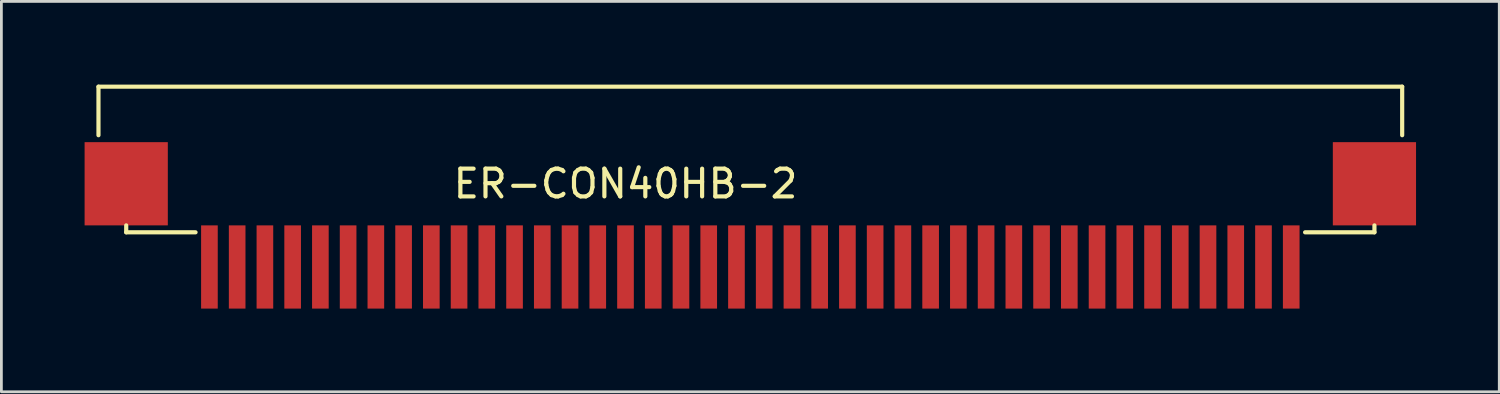
<source format=kicad_pcb>
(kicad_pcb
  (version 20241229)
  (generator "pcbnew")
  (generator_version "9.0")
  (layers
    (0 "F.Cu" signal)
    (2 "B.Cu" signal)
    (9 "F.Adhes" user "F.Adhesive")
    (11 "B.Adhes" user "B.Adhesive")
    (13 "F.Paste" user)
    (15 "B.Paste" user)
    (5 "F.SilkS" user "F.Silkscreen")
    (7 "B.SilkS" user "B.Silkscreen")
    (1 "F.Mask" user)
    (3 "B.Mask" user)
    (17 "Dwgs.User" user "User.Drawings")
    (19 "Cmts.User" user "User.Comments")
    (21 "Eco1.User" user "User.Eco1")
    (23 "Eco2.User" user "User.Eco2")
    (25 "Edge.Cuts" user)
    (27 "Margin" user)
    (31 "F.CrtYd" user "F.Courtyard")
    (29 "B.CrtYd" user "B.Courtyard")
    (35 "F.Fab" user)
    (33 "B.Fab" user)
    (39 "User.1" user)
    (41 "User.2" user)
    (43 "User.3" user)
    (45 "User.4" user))
  (footprint "ER-CON40HB-2"
    (layer "F.Cu")
    (at 4.5 5.575)
    (property "Reference" "ER-CON40HB-2" (at 15 -2 0) (layer "F.SilkS") (effects (font (size 1 1) (thickness 0.15))))
    (attr through_hole)
    (fp_line (start -4 -5.5) (end 43 -5.5) (stroke (width 0.15) (type solid)) (layer "F.SilkS"))
    (fp_line (start -4 -3.75) (end -4 -5.5) (stroke (width 0.15) (type solid)) (layer "F.SilkS"))
    (fp_line (start -3 -0.25) (end -3 -0.5) (stroke (width 0.15) (type solid)) (layer "F.SilkS"))
    (fp_line (start -0.5 -0.25) (end -3 -0.25) (stroke (width 0.15) (type solid)) (layer "F.SilkS"))
    (fp_line (start 42 -0.25) (end 39.5 -0.25) (stroke (width 0.15) (type solid)) (layer "F.SilkS"))
    (fp_line (start 42 -0.25) (end 42 -0.5) (stroke (width 0.15) (type solid)) (layer "F.SilkS"))
    (fp_line (start 43 -5.5) (end 43 -3.75) (stroke (width 0.15) (type solid)) (layer "F.SilkS"))
    (pad "1" smd rect (at 0 1) (size 0.6 3) (layers "F.Cu" "F.Mask" "F.Paste"))
    (pad "2" smd rect (at 1 1) (size 0.6 3) (layers "F.Cu" "F.Mask" "F.Paste"))
    (pad "3" smd rect (at 2 1) (size 0.6 3) (layers "F.Cu" "F.Mask" "F.Paste"))
    (pad "4" smd rect (at 3 1) (size 0.6 3) (layers "F.Cu" "F.Mask" "F.Paste"))
    (pad "5" smd rect (at 4 1) (size 0.6 3) (layers "F.Cu" "F.Mask" "F.Paste"))
    (pad "6" smd rect (at 5 1) (size 0.6 3) (layers "F.Cu" "F.Mask" "F.Paste"))
    (pad "7" smd rect (at 6 1) (size 0.6 3) (layers "F.Cu" "F.Mask" "F.Paste"))
    (pad "8" smd rect (at 7 1) (size 0.6 3) (layers "F.Cu" "F.Mask" "F.Paste"))
    (pad "9" smd rect (at 8 1) (size 0.6 3) (layers "F.Cu" "F.Mask" "F.Paste"))
    (pad "10" smd rect (at 9 1) (size 0.6 3) (layers "F.Cu" "F.Mask" "F.Paste"))
    (pad "11" smd rect (at 10 1) (size 0.6 3) (layers "F.Cu" "F.Mask" "F.Paste"))
    (pad "12" smd rect (at 11 1) (size 0.6 3) (layers "F.Cu" "F.Mask" "F.Paste"))
    (pad "13" smd rect (at 12 1) (size 0.6 3) (layers "F.Cu" "F.Mask" "F.Paste"))
    (pad "14" smd rect (at 13 1) (size 0.6 3) (layers "F.Cu" "F.Mask" "F.Paste"))
    (pad "15" smd rect (at 14 1) (size 0.6 3) (layers "F.Cu" "F.Mask" "F.Paste"))
    (pad "16" smd rect (at 15 1) (size 0.6 3) (layers "F.Cu" "F.Mask" "F.Paste"))
    (pad "17" smd rect (at 16 1) (size 0.6 3) (layers "F.Cu" "F.Mask" "F.Paste"))
    (pad "18" smd rect (at 17 1) (size 0.6 3) (layers "F.Cu" "F.Mask" "F.Paste"))
    (pad "19" smd rect (at 18 1) (size 0.6 3) (layers "F.Cu" "F.Mask" "F.Paste"))
    (pad "20" smd rect (at 19 1) (size 0.6 3) (layers "F.Cu" "F.Mask" "F.Paste"))
    (pad "21" smd rect (at 20 1) (size 0.6 3) (layers "F.Cu" "F.Mask" "F.Paste"))
    (pad "22" smd rect (at 21 1) (size 0.6 3) (layers "F.Cu" "F.Mask" "F.Paste"))
    (pad "23" smd rect (at 22 1) (size 0.6 3) (layers "F.Cu" "F.Mask" "F.Paste"))
    (pad "24" smd rect (at 23 1) (size 0.6 3) (layers "F.Cu" "F.Mask" "F.Paste"))
    (pad "25" smd rect (at 24 1) (size 0.6 3) (layers "F.Cu" "F.Mask" "F.Paste"))
    (pad "26" smd rect (at 25 1) (size 0.6 3) (layers "F.Cu" "F.Mask" "F.Paste"))
    (pad "27" smd rect (at 26 1) (size 0.6 3) (layers "F.Cu" "F.Mask" "F.Paste"))
    (pad "28" smd rect (at 27 1) (size 0.6 3) (layers "F.Cu" "F.Mask" "F.Paste"))
    (pad "29" smd rect (at 28 1) (size 0.6 3) (layers "F.Cu" "F.Mask" "F.Paste"))
    (pad "30" smd rect (at 29 1) (size 0.6 3) (layers "F.Cu" "F.Mask" "F.Paste"))
    (pad "31" smd rect (at 30 1) (size 0.6 3) (layers "F.Cu" "F.Mask" "F.Paste"))
    (pad "32" smd rect (at 31 1) (size 0.6 3) (layers "F.Cu" "F.Mask" "F.Paste"))
    (pad "33" smd rect (at 32 1) (size 0.6 3) (layers "F.Cu" "F.Mask" "F.Paste"))
    (pad "34" smd rect (at 33 1) (size 0.6 3) (layers "F.Cu" "F.Mask" "F.Paste"))
    (pad "35" smd rect (at 34 1) (size 0.6 3) (layers "F.Cu" "F.Mask" "F.Paste"))
    (pad "36" smd rect (at 35 1) (size 0.6 3) (layers "F.Cu" "F.Mask" "F.Paste"))
    (pad "37" smd rect (at 36 1) (size 0.6 3) (layers "F.Cu" "F.Mask" "F.Paste"))
    (pad "38" smd rect (at 37 1) (size 0.6 3) (layers "F.Cu" "F.Mask" "F.Paste"))
    (pad "39" smd rect (at 38 1) (size 0.6 3) (layers "F.Cu" "F.Mask" "F.Paste"))
    (pad "40" smd rect (at 39 1) (size 0.6 3) (layers "F.Cu" "F.Mask" "F.Paste"))
    (pad "41" smd rect (at -3 -2) (size 3 3) (layers "F.Cu" "F.Mask" "F.Paste"))
    (pad "42" smd rect (at 42 -2) (size 3 3) (layers "F.Cu" "F.Mask" "F.Paste")))
  (gr_rect
    (start -3 -3)
    (end 51 11.075)
    (stroke (width 0.1) (type default))
    (fill no)
    (layer "Edge.Cuts")))
</source>
